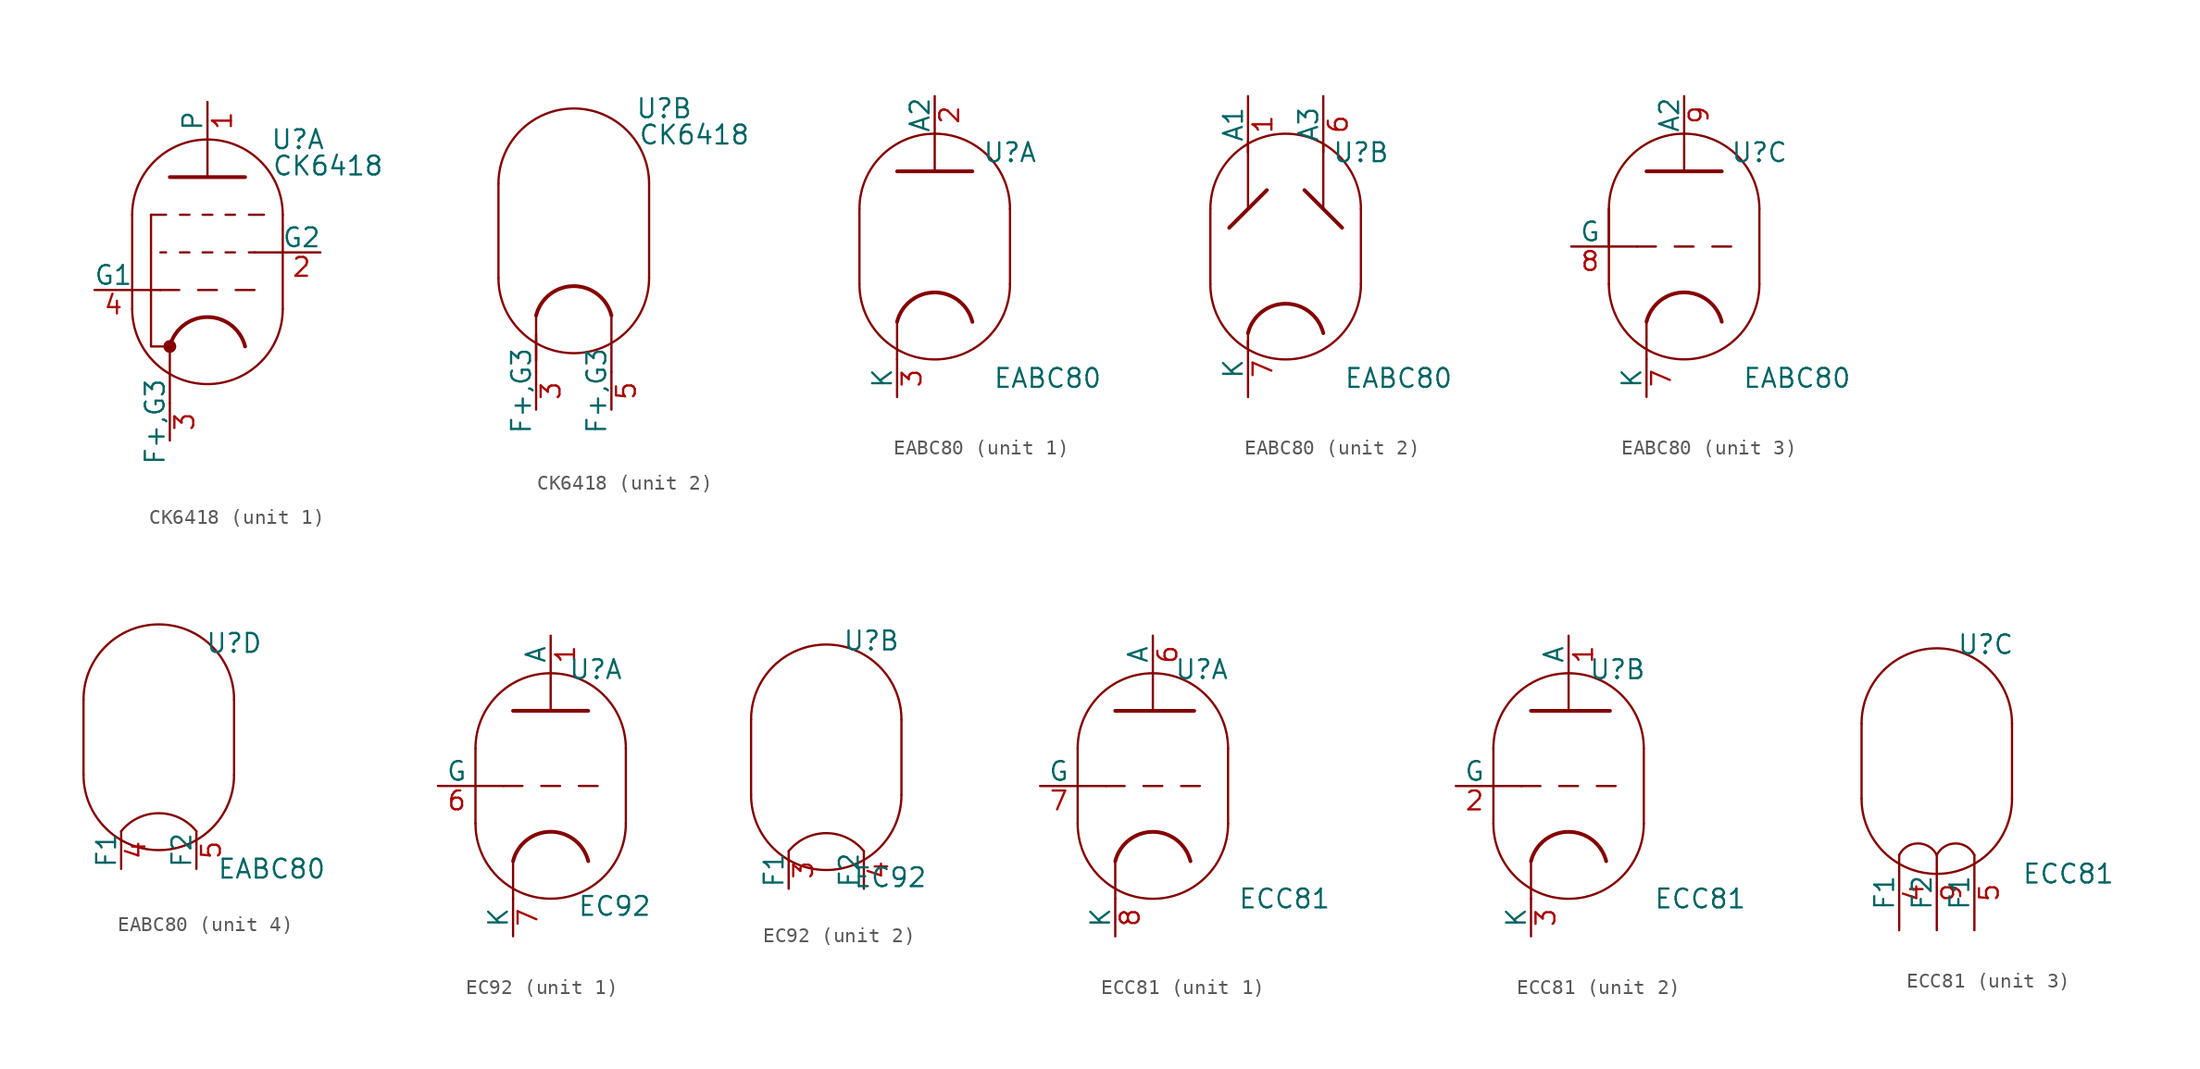
<source format=kicad_sym>
(kicad_symbol_lib
  (version 20231120)
  (generator "kicad_symbol_editor")
  (generator_version "8.0")
  (symbol "CK6418"
    (pin_names
      (offset 0))
    (property "Reference" "U"
      (at 6.096 10.16 0)
      (effects (font (size 1.27 1.27))))
    (property "Value" "CK6418"
      (at 8.128 8.382 0)
      (effects (font (size 1.27 1.27))))
    (property "ki_locked" ""
      (at 0 0 0)
      (effects (font (size 1.27 1.27))))
    (symbol "CK6418_0_1"
      (arc (start -5.08 -1.27) (mid 0 -6.3279) (end 5.08 -1.27) (stroke (width 0) (type default)) (fill (type none)))
      (polyline (pts (xy -2.54 -7.62) (xy -2.54 -3.81)) (stroke (width 0) (type default)) (fill (type none)))
      (polyline (pts (xy -5.08 5.08) (xy -5.08 -1.27) (xy -5.08 -1.27)) (stroke (width 0) (type default)) (fill (type none)))
      (polyline (pts (xy 5.08 -1.27) (xy 5.08 5.08) (xy 5.08 5.08)) (stroke (width 0) (type default)) (fill (type none)))
      (arc (start 2.54 -3.81) (mid 0 -1.8268) (end -2.54 -3.81) (stroke (width 0.254) (type default)) (fill (type none)))
      (arc (start 5.08 5.08) (mid 0 10.1379) (end -5.08 5.08) (stroke (width 0) (type default)) (fill (type none)))
      (pin power_in line (at -2.54 -10.16 90) (length 2.54) (name "F+,G3" (effects (font (size 1.27 1.27)))) (number "3" (effects (font (size 1.27 1.27))))))
    (symbol "CK6418_1_0"
      (polyline (pts (xy -5.08 0) (xy -3.175 0)) (stroke (width 0) (type default)) (fill (type none)))
      (polyline (pts (xy -0.635 0) (xy 0.635 0)) (stroke (width 0.152) (type default)) (fill (type none)))
      (polyline (pts (xy 0 7.62) (xy 0 10.16)) (stroke (width 0) (type default)) (fill (type none)))
      (polyline (pts (xy 1.905 0) (xy 3.175 0)) (stroke (width 0.152) (type default)) (fill (type none)))
      (polyline (pts (xy 3.175 2.54) (xy 5.08 2.54)) (stroke (width 0) (type default)) (fill (type none))))
    (symbol "CK6418_1_1"
      (circle (center -2.54 -3.81) (radius 0.356) (stroke (width 0) (type default)) (fill (type outline)))
      (polyline (pts (xy -3.81 5.08) (xy -2.794 5.08)) (stroke (width 0.152) (type default)) (fill (type none)))
      (polyline (pts (xy -3.175 2.54) (xy -2.794 2.54)) (stroke (width 0.152) (type default)) (fill (type none)))
      (polyline (pts (xy -1.905 0) (xy -3.175 0)) (stroke (width 0.152) (type default)) (fill (type none)))
      (polyline (pts (xy -1.854 2.54) (xy -1.219 2.54)) (stroke (width 0.152) (type default)) (fill (type none)))
      (polyline (pts (xy -1.854 5.08) (xy -1.219 5.08)) (stroke (width 0.152) (type default)) (fill (type none)))
      (polyline (pts (xy -0.33 2.54) (xy 0.33 2.54)) (stroke (width 0.152) (type default)) (fill (type none)))
      (polyline (pts (xy -0.33 5.08) (xy 0.33 5.08)) (stroke (width 0.152) (type default)) (fill (type none)))
      (polyline (pts (xy 1.219 2.54) (xy 1.854 2.54)) (stroke (width 0.152) (type default)) (fill (type none)))
      (polyline (pts (xy 1.219 5.08) (xy 1.854 5.08)) (stroke (width 0.152) (type default)) (fill (type none)))
      (polyline (pts (xy 2.794 2.54) (xy 3.175 2.54)) (stroke (width 0.152) (type default)) (fill (type none)))
      (polyline (pts (xy 3.81 5.08) (xy 2.794 5.08)) (stroke (width 0.152) (type default)) (fill (type none)))
      (polyline (pts (xy -3.81 5.08) (xy -3.81 -3.81) (xy -2.54 -3.81)) (stroke (width 0) (type default)) (fill (type none)))
      (polyline (pts (xy -2.54 7.62) (xy 2.54 7.62) (xy 2.54 7.62)) (stroke (width 0.254) (type default)) (fill (type none)))
      (pin output line (at 0 12.7 270) (length 2.54) (name "P" (effects (font (size 1.27 1.27)))) (number "1" (effects (font (size 1.27 1.27)))))
      (pin input line (at 7.62 2.54 180) (length 2.54) (name "G2" (effects (font (size 1.27 1.27)))) (number "2" (effects (font (size 1.27 1.27)))))
      (pin input line (at -7.62 0 0) (length 2.54) (name "G1" (effects (font (size 1.27 1.27)))) (number "4" (effects (font (size 1.27 1.27))))))
    (symbol "CK6418_2_1"
      (polyline (pts (xy 2.54 -7.62) (xy 2.54 -3.81)) (stroke (width 0) (type default)) (fill (type none)))
      (polyline (pts (xy -2.54 -6.858) (xy -2.54 -5.08) (xy -2.54 -5.08)) (stroke (width 0) (type default)) (fill (type none)))
      (pin power_in line (at 2.54 -10.16 90) (length 2.54) (name "F+,G3" (effects (font (size 1.27 1.27)))) (number "5" (effects (font (size 1.27 1.27)))))))
  (symbol "EABC80"
    (pin_names
      (offset 0))
    (property "Reference" "U"
      (at 5.08 6.35 0)
      (effects (font (size 1.27 1.27))))
    (property "Value" "EABC80"
      (at 7.62 -8.89 0)
      (effects (font (size 1.27 1.27))))
    (property "ki_locked" ""
      (at 0 0 0)
      (effects (font (size 1.27 1.27))))
    (symbol "EABC80_0_1"
      (arc (start -5.08 -2.54) (mid 0 -7.5979) (end 5.08 -2.54) (stroke (width 0) (type default)) (fill (type none)))
      (polyline (pts (xy 5.08 2.54) (xy 5.08 -2.54)) (stroke (width 0) (type default)) (fill (type none)))
      (polyline (pts (xy -5.08 2.54) (xy -5.08 -2.54) (xy -5.08 -2.54)) (stroke (width 0) (type default)) (fill (type none)))
      (arc (start 5.08 2.54) (mid 0 7.5979) (end -5.08 2.54) (stroke (width 0) (type default)) (fill (type none))))
    (symbol "EABC80_1_0"
      (polyline (pts (xy -2.54 -5.08) (xy -2.54 -7.62)) (stroke (width 0) (type default)) (fill (type none)))
      (polyline (pts (xy 0 5.08) (xy 0 7.62)) (stroke (width 0) (type default)) (fill (type none))))
    (symbol "EABC80_1_1"
      (polyline (pts (xy -2.54 5.08) (xy 2.54 5.08) (xy 2.54 5.08) (xy 2.54 5.08)) (stroke (width 0.254) (type default)) (fill (type none)))
      (arc (start 2.54 -5.08) (mid 0 -3.0968) (end -2.54 -5.08) (stroke (width 0.254) (type default)) (fill (type none)))
      (pin output line (at 0 10.16 270) (length 2.54) (name "A2" (effects (font (size 1.27 1.27)))) (number "2" (effects (font (size 1.27 1.27)))))
      (pin input line (at -2.54 -10.16 90) (length 2.54) (name "K" (effects (font (size 1.27 1.27)))) (number "3" (effects (font (size 1.27 1.27))))))
    (symbol "EABC80_2_1"
      (polyline (pts (xy -2.54 -6.858) (xy -2.54 -5.842) (xy -2.54 -5.842)) (stroke (width 0) (type default)) (fill (type none)))
      (polyline (pts (xy -2.54 7.112) (xy -2.54 2.54) (xy -2.54 2.54)) (stroke (width 0) (type default)) (fill (type none)))
      (polyline (pts (xy 1.27 3.81) (xy 3.81 1.27) (xy 3.81 1.27)) (stroke (width 0.254) (type default)) (fill (type none)))
      (polyline (pts (xy 2.54 6.858) (xy 2.54 2.54) (xy 2.54 2.54)) (stroke (width 0) (type default)) (fill (type none)))
      (polyline (pts (xy -3.81 1.27) (xy -1.27 3.81) (xy -1.27 3.81) (xy -1.27 3.81)) (stroke (width 0.254) (type default)) (fill (type none)))
      (arc (start 2.54 -5.842) (mid 0 -3.8588) (end -2.54 -5.842) (stroke (width 0.254) (type default)) (fill (type none)))
      (pin input line (at -2.54 10.16 270) (length 3.81) (name "A1" (effects (font (size 1.27 1.27)))) (number "1" (effects (font (size 1.27 1.27)))))
      (pin output line (at 2.54 10.16 270) (length 3.81) (name "A3" (effects (font (size 1.27 1.27)))) (number "6" (effects (font (size 1.27 1.27)))))
      (pin input line (at -2.54 -10.16 90) (length 3.81) (name "K" (effects (font (size 1.27 1.27)))) (number "7" (effects (font (size 1.27 1.27))))))
    (symbol "EABC80_3_0"
      (polyline (pts (xy -5.08 0) (xy -3.175 0)) (stroke (width 0) (type default)) (fill (type none)))
      (polyline (pts (xy -5.08 2.54) (xy -5.08 0)) (stroke (width 0) (type default)) (fill (type none)))
      (polyline (pts (xy -2.54 -5.08) (xy -2.54 -7.62)) (stroke (width 0) (type default)) (fill (type none)))
      (polyline (pts (xy 0 5.08) (xy 0 7.62)) (stroke (width 0) (type default)) (fill (type none))))
    (symbol "EABC80_3_1"
      (polyline (pts (xy -1.905 0) (xy -3.175 0)) (stroke (width 0.152) (type default)) (fill (type none)))
      (polyline (pts (xy -0.635 0) (xy 0.635 0)) (stroke (width 0.152) (type default)) (fill (type none)))
      (polyline (pts (xy 1.905 0) (xy 3.175 0)) (stroke (width 0.152) (type default)) (fill (type none)))
      (polyline (pts (xy -2.54 5.08) (xy 2.54 5.08) (xy 2.54 5.08)) (stroke (width 0.254) (type default)) (fill (type none)))
      (arc (start 2.54 -5.08) (mid 0 -3.0968) (end -2.54 -5.08) (stroke (width 0.254) (type default)) (fill (type none)))
      (pin input line (at -2.54 -10.16 90) (length 2.54) (name "K" (effects (font (size 1.27 1.27)))) (number "7" (effects (font (size 1.27 1.27)))))
      (pin input line (at -7.62 0 0) (length 2.54) (name "G" (effects (font (size 1.27 1.27)))) (number "8" (effects (font (size 1.27 1.27)))))
      (pin output line (at 0 10.16 270) (length 2.54) (name "A2" (effects (font (size 1.27 1.27)))) (number "9" (effects (font (size 1.27 1.27))))))
    (symbol "EABC80_4_1"
      (arc (start 2.54 -6.35) (mid 0 -5.1292) (end -2.54 -6.35) (stroke (width 0) (type default)) (fill (type none)))
      (pin input line (at -2.54 -8.89 90) (length 2.54) (name "F1" (effects (font (size 1.27 1.27)))) (number "4" (effects (font (size 1.27 1.27)))))
      (pin input line (at 2.54 -8.89 90) (length 2.54) (name "F2" (effects (font (size 1.27 1.27)))) (number "5" (effects (font (size 1.27 1.27)))))))
  (symbol "EC92"
    (pin_names
      (offset 0))
    (property "Reference" "U"
      (at 3.048 7.874 0)
      (effects (font (size 1.27 1.27))))
    (property "Value" "EC92"
      (at 4.318 -8.128 0)
      (effects (font (size 1.27 1.27))))
    (property "ki_locked" ""
      (at 0 0 0)
      (effects (font (size 1.27 1.27))))
    (symbol "EC92_0_1"
      (arc (start -5.08 -2.54) (mid 0 -7.5979) (end 5.08 -2.54) (stroke (width 0) (type default)) (fill (type none)))
      (polyline (pts (xy 5.08 2.54) (xy 5.08 -2.54)) (stroke (width 0) (type default)) (fill (type none)))
      (polyline (pts (xy -5.08 2.54) (xy -5.08 -2.54) (xy -5.08 -2.54)) (stroke (width 0) (type default)) (fill (type none)))
      (arc (start 5.08 2.54) (mid 0 7.5979) (end -5.08 2.54) (stroke (width 0) (type default)) (fill (type none))))
    (symbol "EC92_1_0"
      (polyline (pts (xy -2.54 -5.08) (xy -2.54 -7.62)) (stroke (width 0) (type default)) (fill (type none)))
      (polyline (pts (xy -1.905 0) (xy -3.175 0)) (stroke (width 0.152) (type default)) (fill (type none)))
      (polyline (pts (xy -0.635 0) (xy 0.635 0)) (stroke (width 0.152) (type default)) (fill (type none)))
      (polyline (pts (xy 0 5.08) (xy 0 7.62)) (stroke (width 0) (type default)) (fill (type none)))
      (polyline (pts (xy 1.905 0) (xy 3.175 0)) (stroke (width 0.152) (type default)) (fill (type none))))
    (symbol "EC92_1_1"
      (polyline (pts (xy -5.08 0) (xy -3.175 0)) (stroke (width 0) (type default)) (fill (type none)))
      (polyline (pts (xy -2.54 5.08) (xy 2.54 5.08) (xy 2.54 5.08)) (stroke (width 0.254) (type default)) (fill (type none)))
      (arc (start 2.54 -5.08) (mid 0 -3.0968) (end -2.54 -5.08) (stroke (width 0.254) (type default)) (fill (type none)))
      (pin output line (at 0 10.16 270) (length 2.54) (name "A" (effects (font (size 1.27 1.27)))) (number "1" (effects (font (size 1.27 1.27)))))
      (pin input line (at -7.62 0 0) (length 2.54) (name "G" (effects (font (size 1.27 1.27)))) (number "6" (effects (font (size 1.27 1.27)))))
      (pin bidirectional line (at -2.54 -10.16 90) (length 2.54) (name "K" (effects (font (size 1.27 1.27)))) (number "7" (effects (font (size 1.27 1.27))))))
    (symbol "EC92_2_1"
      (arc (start 2.54 -6.35) (mid 0 -5.1292) (end -2.54 -6.35) (stroke (width 0) (type default)) (fill (type none)))
      (pin power_in line (at -2.54 -8.89 90) (length 2.54) (name "F1" (effects (font (size 1.27 1.27)))) (number "3" (effects (font (size 1.27 1.27)))))
      (pin power_in line (at 2.54 -8.89 90) (length 2.54) (name "F2" (effects (font (size 1.27 1.27)))) (number "4" (effects (font (size 1.27 1.27)))))))
  (symbol "ECC81"
    (pin_names
      (offset 0))
    (property "Reference" "U"
      (at 3.302 7.874 0)
      (effects (font (size 1.27 1.27))))
    (property "Value" "ECC81"
      (at 8.89 -7.62 0)
      (effects (font (size 1.27 1.27))))
    (property "ki_locked" ""
      (at 0 0 0)
      (effects (font (size 1.27 1.27))))
    (symbol "ECC81_0_1"
      (arc (start -5.08 -2.54) (mid 0 -7.5979) (end 5.08 -2.54) (stroke (width 0) (type default)) (fill (type none)))
      (polyline (pts (xy 5.08 2.54) (xy 5.08 -2.54)) (stroke (width 0) (type default)) (fill (type none)))
      (polyline (pts (xy -5.08 2.54) (xy -5.08 -2.54) (xy -5.08 -2.54)) (stroke (width 0) (type default)) (fill (type none)))
      (arc (start 5.08 2.54) (mid 0 7.5979) (end -5.08 2.54) (stroke (width 0) (type default)) (fill (type none))))
    (symbol "ECC81_1_0"
      (polyline (pts (xy -2.54 -5.08) (xy -2.54 -7.62)) (stroke (width 0) (type default)) (fill (type none)))
      (polyline (pts (xy 0 5.08) (xy 0 7.62)) (stroke (width 0) (type default)) (fill (type none))))
    (symbol "ECC81_1_1"
      (polyline (pts (xy -5.08 0) (xy -3.175 0)) (stroke (width 0) (type default)) (fill (type none)))
      (polyline (pts (xy -1.905 0) (xy -3.175 0)) (stroke (width 0.152) (type default)) (fill (type none)))
      (polyline (pts (xy -0.635 0) (xy 0.635 0)) (stroke (width 0.152) (type default)) (fill (type none)))
      (polyline (pts (xy 1.905 0) (xy 3.175 0)) (stroke (width 0.152) (type default)) (fill (type none)))
      (polyline (pts (xy -2.54 5.08) (xy 2.794 5.08) (xy 2.794 5.08)) (stroke (width 0.254) (type default)) (fill (type none)))
      (arc (start 2.54 -5.08) (mid 0 -3.0968) (end -2.54 -5.08) (stroke (width 0.254) (type default)) (fill (type none)))
      (pin output line (at 0 10.16 270) (length 2.54) (name "A" (effects (font (size 1.27 1.27)))) (number "6" (effects (font (size 1.27 1.27)))))
      (pin input line (at -7.62 0 0) (length 2.54) (name "G" (effects (font (size 1.27 1.27)))) (number "7" (effects (font (size 1.27 1.27)))))
      (pin bidirectional line (at -2.54 -10.16 90) (length 2.54) (name "K" (effects (font (size 1.27 1.27)))) (number "8" (effects (font (size 1.27 1.27))))))
    (symbol "ECC81_2_0"
      (polyline (pts (xy -2.54 -5.08) (xy -2.54 -7.62)) (stroke (width 0) (type default)) (fill (type none)))
      (polyline (pts (xy 0 5.08) (xy 0 7.62)) (stroke (width 0) (type default)) (fill (type none))))
    (symbol "ECC81_2_1"
      (polyline (pts (xy -5.08 0) (xy -3.175 0)) (stroke (width 0) (type default)) (fill (type none)))
      (polyline (pts (xy -1.905 0) (xy -3.175 0)) (stroke (width 0.152) (type default)) (fill (type none)))
      (polyline (pts (xy -0.635 0) (xy 0.635 0)) (stroke (width 0.152) (type default)) (fill (type none)))
      (polyline (pts (xy 1.905 0) (xy 3.175 0)) (stroke (width 0.152) (type default)) (fill (type none)))
      (polyline (pts (xy -2.54 5.08) (xy 2.794 5.08) (xy 2.794 5.08)) (stroke (width 0.254) (type default)) (fill (type none)))
      (arc (start 2.54 -5.08) (mid 0 -3.0968) (end -2.54 -5.08) (stroke (width 0.254) (type default)) (fill (type none)))
      (pin output line (at 0 10.16 270) (length 2.54) (name "A" (effects (font (size 1.27 1.27)))) (number "1" (effects (font (size 1.27 1.27)))))
      (pin input line (at -7.62 0 0) (length 2.54) (name "G" (effects (font (size 1.27 1.27)))) (number "2" (effects (font (size 1.27 1.27)))))
      (pin bidirectional line (at -2.54 -10.16 90) (length 2.54) (name "K" (effects (font (size 1.27 1.27)))) (number "3" (effects (font (size 1.27 1.27))))))
    (symbol "ECC81_3_1"
      (arc (start 0 -6.35) (mid -1.27 -5.5651) (end -2.54 -6.35) (stroke (width 0) (type default)) (fill (type none)))
      (arc (start 2.54 -6.35) (mid 1.27 -5.5651) (end 0 -6.35) (stroke (width 0) (type default)) (fill (type none)))
      (pin power_in line (at -2.54 -11.43 90) (length 5.08) (name "F1" (effects (font (size 1.27 1.27)))) (number "4" (effects (font (size 1.27 1.27)))))
      (pin power_in line (at 2.54 -11.43 90) (length 5.08) (name "F1" (effects (font (size 1.27 1.27)))) (number "5" (effects (font (size 1.27 1.27)))))
      (pin power_in line (at 0 -11.43 90) (length 5.08) (name "F2" (effects (font (size 1.27 1.27)))) (number "9" (effects (font (size 1.27 1.27))))))))
</source>
